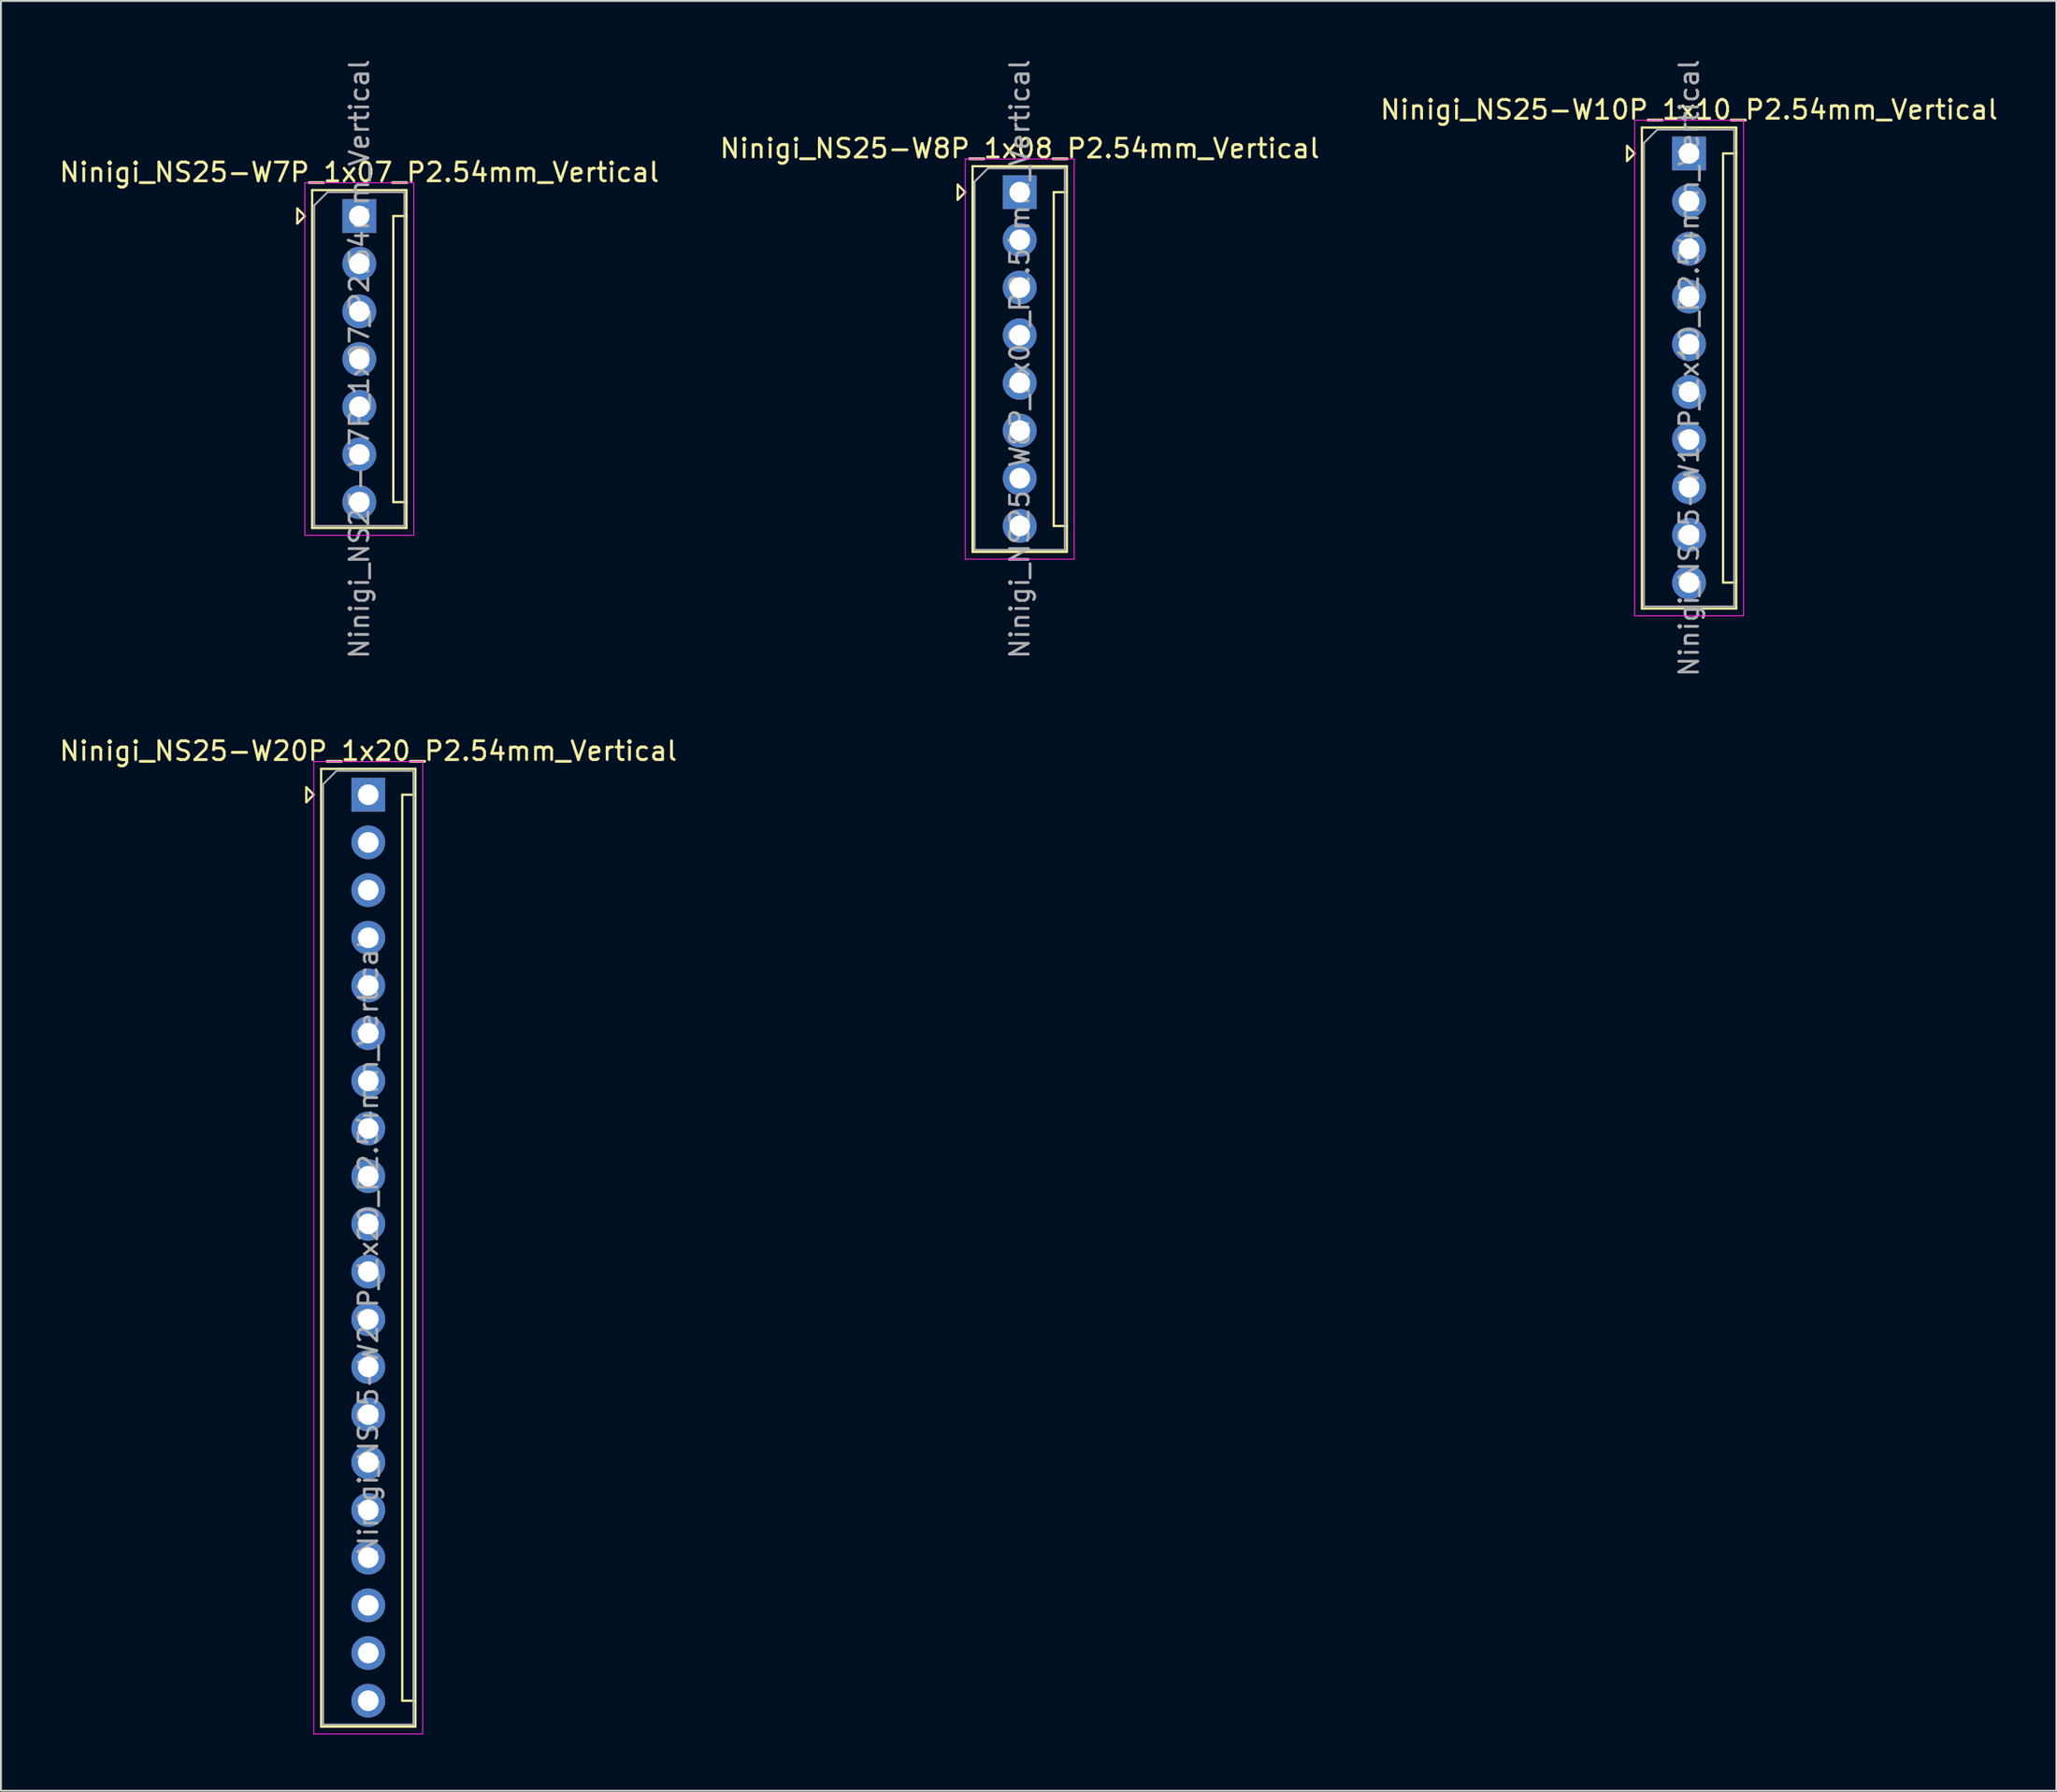
<source format=kicad_pcb>
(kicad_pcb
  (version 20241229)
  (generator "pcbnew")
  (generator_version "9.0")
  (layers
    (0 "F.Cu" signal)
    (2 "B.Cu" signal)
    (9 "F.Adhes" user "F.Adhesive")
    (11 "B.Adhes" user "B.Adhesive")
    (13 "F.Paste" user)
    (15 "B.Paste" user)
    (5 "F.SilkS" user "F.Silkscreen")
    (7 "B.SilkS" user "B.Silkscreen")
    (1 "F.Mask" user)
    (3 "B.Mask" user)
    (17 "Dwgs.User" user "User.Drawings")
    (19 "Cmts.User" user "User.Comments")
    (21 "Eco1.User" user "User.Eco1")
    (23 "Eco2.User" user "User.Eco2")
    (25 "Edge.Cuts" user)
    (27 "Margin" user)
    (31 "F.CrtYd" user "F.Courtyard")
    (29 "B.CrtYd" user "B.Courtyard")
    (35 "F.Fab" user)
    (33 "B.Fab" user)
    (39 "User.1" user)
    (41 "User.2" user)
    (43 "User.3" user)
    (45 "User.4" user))
  (footprint "Ninigi_NS25-W10P_1x10_P2.54mm_Vertical"
    (layer "F.Cu")
    (at 86.863 5.124)
    (property "Reference" "Ninigi_NS25-W10P_1x10_P2.54mm_Vertical" (at 0 -2.33 0) (layer "F.SilkS") (effects (font (size 1 1) (thickness 0.15))))
    (attr through_hole)
    (fp_line (start -3.3 -0.4) (end -3.3 0.4) (stroke (width 0.12) (type solid)) (layer "F.SilkS"))
    (fp_line (start -2.9 0) (end -3.3 -0.4) (stroke (width 0.12) (type solid)) (layer "F.SilkS"))
    (fp_line (start -2.9 0) (end -3.3 0.4) (stroke (width 0.12) (type solid)) (layer "F.SilkS"))
    (fp_line (start -2.51 -1.38) (end 2.51 -1.38) (stroke (width 0.12) (type solid)) (layer "F.SilkS"))
    (fp_line (start -2.51 24.24) (end -2.51 -1.38) (stroke (width 0.12) (type solid)) (layer "F.SilkS"))
    (fp_line (start 1.81 0) (end 1.81 22.86) (stroke (width 0.12) (type solid)) (layer "F.SilkS"))
    (fp_line (start 1.81 0) (end 2.51 0) (stroke (width 0.12) (type solid)) (layer "F.SilkS"))
    (fp_line (start 1.81 22.86) (end 2.51 22.86) (stroke (width 0.12) (type solid)) (layer "F.SilkS"))
    (fp_line (start 2.51 -1.38) (end 2.51 24.24) (stroke (width 0.12) (type solid)) (layer "F.SilkS"))
    (fp_line (start 2.51 24.24) (end -2.51 24.24) (stroke (width 0.12) (type solid)) (layer "F.SilkS"))
    (fp_line (start -2.9 -1.77) (end 2.9 -1.77) (stroke (width 0.05) (type solid)) (layer "F.CrtYd"))
    (fp_line (start -2.9 24.63) (end -2.9 -1.77) (stroke (width 0.05) (type solid)) (layer "F.CrtYd"))
    (fp_line (start 2.9 -1.77) (end 2.9 24.63) (stroke (width 0.05) (type solid)) (layer "F.CrtYd"))
    (fp_line (start 2.9 24.63) (end -2.9 24.63) (stroke (width 0.05) (type solid)) (layer "F.CrtYd"))
    (fp_line (start -2.4 -0.563) (end -1.693 -1.27) (stroke (width 0.1) (type solid)) (layer "F.Fab"))
    (fp_line (start -2.4 24.13) (end -2.4 -0.563) (stroke (width 0.1) (type solid)) (layer "F.Fab"))
    (fp_line (start -1.693 -1.27) (end 2.4 -1.27) (stroke (width 0.1) (type solid)) (layer "F.Fab"))
    (fp_line (start 2.4 -1.27) (end 2.4 24.13) (stroke (width 0.1) (type solid)) (layer "F.Fab"))
    (fp_line (start 2.4 24.13) (end -2.4 24.13) (stroke (width 0.1) (type solid)) (layer "F.Fab"))
    (fp_text user "${REFERENCE}" (at 0 11.43 90) (layer "F.Fab") (effects (font (size 1 1) (thickness 0.15))))
    (pad "1" thru_hole rect (at 0 0) (size 1.8 1.8) (drill 1.1) (layers "*.Cu" "*.Mask"))
    (pad "2" thru_hole oval (at 0 2.54) (size 1.8 1.8) (drill 1.1) (layers "*.Cu" "*.Mask"))
    (pad "3" thru_hole oval (at 0 5.08) (size 1.8 1.8) (drill 1.1) (layers "*.Cu" "*.Mask"))
    (pad "4" thru_hole oval (at 0 7.62) (size 1.8 1.8) (drill 1.1) (layers "*.Cu" "*.Mask"))
    (pad "5" thru_hole oval (at 0 10.16) (size 1.8 1.8) (drill 1.1) (layers "*.Cu" "*.Mask"))
    (pad "6" thru_hole oval (at 0 12.7) (size 1.8 1.8) (drill 1.1) (layers "*.Cu" "*.Mask"))
    (pad "7" thru_hole oval (at 0 15.24) (size 1.8 1.8) (drill 1.1) (layers "*.Cu" "*.Mask"))
    (pad "8" thru_hole oval (at 0 17.78) (size 1.8 1.8) (drill 1.1) (layers "*.Cu" "*.Mask"))
    (pad "9" thru_hole oval (at 0 20.32) (size 1.8 1.8) (drill 1.1) (layers "*.Cu" "*.Mask"))
    (pad "10" thru_hole oval (at 0 22.86) (size 1.8 1.8) (drill 1.1) (layers "*.Cu" "*.Mask")))
  (footprint "Ninigi_NS25-W7P_1x07_P2.54mm_Vertical"
    (layer "F.Cu")
    (at 16.077 8.457)
    (property "Reference" "Ninigi_NS25-W7P_1x07_P2.54mm_Vertical" (at 0 -2.33 0) (layer "F.SilkS") (effects (font (size 1 1) (thickness 0.15))))
    (attr through_hole)
    (fp_line (start -3.3 -0.4) (end -3.3 0.4) (stroke (width 0.12) (type solid)) (layer "F.SilkS"))
    (fp_line (start -2.9 0) (end -3.3 -0.4) (stroke (width 0.12) (type solid)) (layer "F.SilkS"))
    (fp_line (start -2.9 0) (end -3.3 0.4) (stroke (width 0.12) (type solid)) (layer "F.SilkS"))
    (fp_line (start -2.51 -1.38) (end 2.51 -1.38) (stroke (width 0.12) (type solid)) (layer "F.SilkS"))
    (fp_line (start -2.51 16.62) (end -2.51 -1.38) (stroke (width 0.12) (type solid)) (layer "F.SilkS"))
    (fp_line (start 1.81 0) (end 1.81 15.24) (stroke (width 0.12) (type solid)) (layer "F.SilkS"))
    (fp_line (start 1.81 0) (end 2.51 0) (stroke (width 0.12) (type solid)) (layer "F.SilkS"))
    (fp_line (start 1.81 15.24) (end 2.51 15.24) (stroke (width 0.12) (type solid)) (layer "F.SilkS"))
    (fp_line (start 2.51 -1.38) (end 2.51 16.62) (stroke (width 0.12) (type solid)) (layer "F.SilkS"))
    (fp_line (start 2.51 16.62) (end -2.51 16.62) (stroke (width 0.12) (type solid)) (layer "F.SilkS"))
    (fp_line (start -2.9 -1.77) (end 2.9 -1.77) (stroke (width 0.05) (type solid)) (layer "F.CrtYd"))
    (fp_line (start -2.9 17.01) (end -2.9 -1.77) (stroke (width 0.05) (type solid)) (layer "F.CrtYd"))
    (fp_line (start 2.9 -1.77) (end 2.9 17.01) (stroke (width 0.05) (type solid)) (layer "F.CrtYd"))
    (fp_line (start 2.9 17.01) (end -2.9 17.01) (stroke (width 0.05) (type solid)) (layer "F.CrtYd"))
    (fp_line (start -2.4 -0.563) (end -1.693 -1.27) (stroke (width 0.1) (type solid)) (layer "F.Fab"))
    (fp_line (start -2.4 16.51) (end -2.4 -0.563) (stroke (width 0.1) (type solid)) (layer "F.Fab"))
    (fp_line (start -1.693 -1.27) (end 2.4 -1.27) (stroke (width 0.1) (type solid)) (layer "F.Fab"))
    (fp_line (start 2.4 -1.27) (end 2.4 16.51) (stroke (width 0.1) (type solid)) (layer "F.Fab"))
    (fp_line (start 2.4 16.51) (end -2.4 16.51) (stroke (width 0.1) (type solid)) (layer "F.Fab"))
    (fp_text user "${REFERENCE}" (at 0 7.62 90) (layer "F.Fab") (effects (font (size 1 1) (thickness 0.15))))
    (pad "1" thru_hole rect (at 0 0) (size 1.8 1.8) (drill 1.1) (layers "*.Cu" "*.Mask"))
    (pad "2" thru_hole oval (at 0 2.54) (size 1.8 1.8) (drill 1.1) (layers "*.Cu" "*.Mask"))
    (pad "3" thru_hole oval (at 0 5.08) (size 1.8 1.8) (drill 1.1) (layers "*.Cu" "*.Mask"))
    (pad "4" thru_hole oval (at 0 7.62) (size 1.8 1.8) (drill 1.1) (layers "*.Cu" "*.Mask"))
    (pad "5" thru_hole oval (at 0 10.16) (size 1.8 1.8) (drill 1.1) (layers "*.Cu" "*.Mask"))
    (pad "6" thru_hole oval (at 0 12.7) (size 1.8 1.8) (drill 1.1) (layers "*.Cu" "*.Mask"))
    (pad "7" thru_hole oval (at 0 15.24) (size 1.8 1.8) (drill 1.1) (layers "*.Cu" "*.Mask")))
  (footprint "Ninigi_NS25-W20P_1x20_P2.54mm_Vertical"
    (layer "F.Cu")
    (at 16.554 39.285)
    (property "Reference" "Ninigi_NS25-W20P_1x20_P2.54mm_Vertical" (at 0 -2.33 0) (layer "F.SilkS") (effects (font (size 1 1) (thickness 0.15))))
    (attr through_hole)
    (fp_line (start -3.3 -0.4) (end -3.3 0.4) (stroke (width 0.12) (type solid)) (layer "F.SilkS"))
    (fp_line (start -2.9 0) (end -3.3 -0.4) (stroke (width 0.12) (type solid)) (layer "F.SilkS"))
    (fp_line (start -2.9 0) (end -3.3 0.4) (stroke (width 0.12) (type solid)) (layer "F.SilkS"))
    (fp_line (start -2.51 -1.38) (end 2.51 -1.38) (stroke (width 0.12) (type solid)) (layer "F.SilkS"))
    (fp_line (start -2.51 49.64) (end -2.51 -1.38) (stroke (width 0.12) (type solid)) (layer "F.SilkS"))
    (fp_line (start 1.81 0) (end 1.81 48.26) (stroke (width 0.12) (type solid)) (layer "F.SilkS"))
    (fp_line (start 1.81 0) (end 2.51 0) (stroke (width 0.12) (type solid)) (layer "F.SilkS"))
    (fp_line (start 1.81 48.26) (end 2.51 48.26) (stroke (width 0.12) (type solid)) (layer "F.SilkS"))
    (fp_line (start 2.51 -1.38) (end 2.51 49.64) (stroke (width 0.12) (type solid)) (layer "F.SilkS"))
    (fp_line (start 2.51 49.64) (end -2.51 49.64) (stroke (width 0.12) (type solid)) (layer "F.SilkS"))
    (fp_line (start -2.9 -1.77) (end 2.9 -1.77) (stroke (width 0.05) (type solid)) (layer "F.CrtYd"))
    (fp_line (start -2.9 50.03) (end -2.9 -1.77) (stroke (width 0.05) (type solid)) (layer "F.CrtYd"))
    (fp_line (start 2.9 -1.77) (end 2.9 50.03) (stroke (width 0.05) (type solid)) (layer "F.CrtYd"))
    (fp_line (start 2.9 50.03) (end -2.9 50.03) (stroke (width 0.05) (type solid)) (layer "F.CrtYd"))
    (fp_line (start -2.4 -0.563) (end -1.693 -1.27) (stroke (width 0.1) (type solid)) (layer "F.Fab"))
    (fp_line (start -2.4 49.53) (end -2.4 -0.563) (stroke (width 0.1) (type solid)) (layer "F.Fab"))
    (fp_line (start -1.693 -1.27) (end 2.4 -1.27) (stroke (width 0.1) (type solid)) (layer "F.Fab"))
    (fp_line (start 2.4 -1.27) (end 2.4 49.53) (stroke (width 0.1) (type solid)) (layer "F.Fab"))
    (fp_line (start 2.4 49.53) (end -2.4 49.53) (stroke (width 0.1) (type solid)) (layer "F.Fab"))
    (fp_text user "${REFERENCE}" (at 0 24.13 90) (layer "F.Fab") (effects (font (size 1 1) (thickness 0.15))))
    (pad "1" thru_hole rect (at 0 0) (size 1.8 1.8) (drill 1.1) (layers "*.Cu" "*.Mask"))
    (pad "2" thru_hole oval (at 0 2.54) (size 1.8 1.8) (drill 1.1) (layers "*.Cu" "*.Mask"))
    (pad "3" thru_hole oval (at 0 5.08) (size 1.8 1.8) (drill 1.1) (layers "*.Cu" "*.Mask"))
    (pad "4" thru_hole oval (at 0 7.62) (size 1.8 1.8) (drill 1.1) (layers "*.Cu" "*.Mask"))
    (pad "5" thru_hole oval (at 0 10.16) (size 1.8 1.8) (drill 1.1) (layers "*.Cu" "*.Mask"))
    (pad "6" thru_hole oval (at 0 12.7) (size 1.8 1.8) (drill 1.1) (layers "*.Cu" "*.Mask"))
    (pad "7" thru_hole oval (at 0 15.24) (size 1.8 1.8) (drill 1.1) (layers "*.Cu" "*.Mask"))
    (pad "8" thru_hole oval (at 0 17.78) (size 1.8 1.8) (drill 1.1) (layers "*.Cu" "*.Mask"))
    (pad "9" thru_hole oval (at 0 20.32) (size 1.8 1.8) (drill 1.1) (layers "*.Cu" "*.Mask"))
    (pad "10" thru_hole oval (at 0 22.86) (size 1.8 1.8) (drill 1.1) (layers "*.Cu" "*.Mask"))
    (pad "11" thru_hole oval (at 0 25.4) (size 1.8 1.8) (drill 1.1) (layers "*.Cu" "*.Mask"))
    (pad "12" thru_hole oval (at 0 27.94) (size 1.8 1.8) (drill 1.1) (layers "*.Cu" "*.Mask"))
    (pad "13" thru_hole oval (at 0 30.48) (size 1.8 1.8) (drill 1.1) (layers "*.Cu" "*.Mask"))
    (pad "14" thru_hole oval (at 0 33.02) (size 1.8 1.8) (drill 1.1) (layers "*.Cu" "*.Mask"))
    (pad "15" thru_hole oval (at 0 35.56) (size 1.8 1.8) (drill 1.1) (layers "*.Cu" "*.Mask"))
    (pad "16" thru_hole oval (at 0 38.1) (size 1.8 1.8) (drill 1.1) (layers "*.Cu" "*.Mask"))
    (pad "17" thru_hole oval (at 0 40.64) (size 1.8 1.8) (drill 1.1) (layers "*.Cu" "*.Mask"))
    (pad "18" thru_hole oval (at 0 43.18) (size 1.8 1.8) (drill 1.1) (layers "*.Cu" "*.Mask"))
    (pad "19" thru_hole oval (at 0 45.72) (size 1.8 1.8) (drill 1.1) (layers "*.Cu" "*.Mask"))
    (pad "20" thru_hole oval (at 0 48.26) (size 1.8 1.8) (drill 1.1) (layers "*.Cu" "*.Mask")))
  (footprint "Ninigi_NS25-W8P_1x08_P2.54mm_Vertical"
    (layer "F.Cu")
    (at 51.232 7.187)
    (property "Reference" "Ninigi_NS25-W8P_1x08_P2.54mm_Vertical" (at 0 -2.33 0) (layer "F.SilkS") (effects (font (size 1 1) (thickness 0.15))))
    (attr through_hole)
    (fp_line (start -3.3 -0.4) (end -3.3 0.4) (stroke (width 0.12) (type solid)) (layer "F.SilkS"))
    (fp_line (start -2.9 0) (end -3.3 -0.4) (stroke (width 0.12) (type solid)) (layer "F.SilkS"))
    (fp_line (start -2.9 0) (end -3.3 0.4) (stroke (width 0.12) (type solid)) (layer "F.SilkS"))
    (fp_line (start -2.51 -1.38) (end 2.51 -1.38) (stroke (width 0.12) (type solid)) (layer "F.SilkS"))
    (fp_line (start -2.51 19.16) (end -2.51 -1.38) (stroke (width 0.12) (type solid)) (layer "F.SilkS"))
    (fp_line (start 1.81 0) (end 1.81 17.78) (stroke (width 0.12) (type solid)) (layer "F.SilkS"))
    (fp_line (start 1.81 0) (end 2.51 0) (stroke (width 0.12) (type solid)) (layer "F.SilkS"))
    (fp_line (start 1.81 17.78) (end 2.51 17.78) (stroke (width 0.12) (type solid)) (layer "F.SilkS"))
    (fp_line (start 2.51 -1.38) (end 2.51 19.16) (stroke (width 0.12) (type solid)) (layer "F.SilkS"))
    (fp_line (start 2.51 19.16) (end -2.51 19.16) (stroke (width 0.12) (type solid)) (layer "F.SilkS"))
    (fp_line (start -2.9 -1.77) (end 2.9 -1.77) (stroke (width 0.05) (type solid)) (layer "F.CrtYd"))
    (fp_line (start -2.9 19.55) (end -2.9 -1.77) (stroke (width 0.05) (type solid)) (layer "F.CrtYd"))
    (fp_line (start 2.9 -1.77) (end 2.9 19.55) (stroke (width 0.05) (type solid)) (layer "F.CrtYd"))
    (fp_line (start 2.9 19.55) (end -2.9 19.55) (stroke (width 0.05) (type solid)) (layer "F.CrtYd"))
    (fp_line (start -2.4 -0.563) (end -1.693 -1.27) (stroke (width 0.1) (type solid)) (layer "F.Fab"))
    (fp_line (start -2.4 19.05) (end -2.4 -0.563) (stroke (width 0.1) (type solid)) (layer "F.Fab"))
    (fp_line (start -1.693 -1.27) (end 2.4 -1.27) (stroke (width 0.1) (type solid)) (layer "F.Fab"))
    (fp_line (start 2.4 -1.27) (end 2.4 19.05) (stroke (width 0.1) (type solid)) (layer "F.Fab"))
    (fp_line (start 2.4 19.05) (end -2.4 19.05) (stroke (width 0.1) (type solid)) (layer "F.Fab"))
    (fp_text user "${REFERENCE}" (at 0 8.89 90) (layer "F.Fab") (effects (font (size 1 1) (thickness 0.15))))
    (pad "1" thru_hole rect (at 0 0) (size 1.8 1.8) (drill 1.1) (layers "*.Cu" "*.Mask"))
    (pad "2" thru_hole oval (at 0 2.54) (size 1.8 1.8) (drill 1.1) (layers "*.Cu" "*.Mask"))
    (pad "3" thru_hole oval (at 0 5.08) (size 1.8 1.8) (drill 1.1) (layers "*.Cu" "*.Mask"))
    (pad "4" thru_hole oval (at 0 7.62) (size 1.8 1.8) (drill 1.1) (layers "*.Cu" "*.Mask"))
    (pad "5" thru_hole oval (at 0 10.16) (size 1.8 1.8) (drill 1.1) (layers "*.Cu" "*.Mask"))
    (pad "6" thru_hole oval (at 0 12.7) (size 1.8 1.8) (drill 1.1) (layers "*.Cu" "*.Mask"))
    (pad "7" thru_hole oval (at 0 15.24) (size 1.8 1.8) (drill 1.1) (layers "*.Cu" "*.Mask"))
    (pad "8" thru_hole oval (at 0 17.78) (size 1.8 1.8) (drill 1.1) (layers "*.Cu" "*.Mask")))
  (gr_rect
    (start -3 -3)
    (end 106.417 92.34)
    (stroke (width 0.1) (type default))
    (fill no)
    (layer "Edge.Cuts")))
</source>
